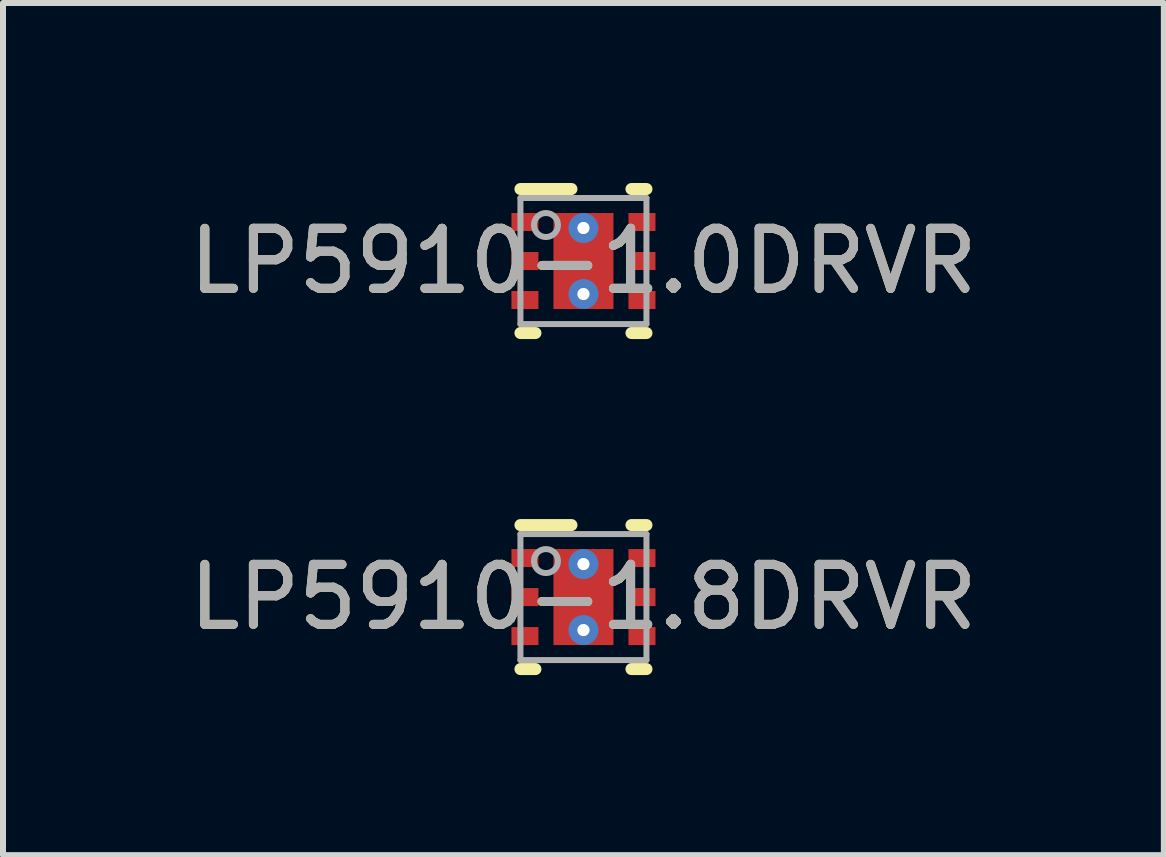
<source format=kicad_pcb>
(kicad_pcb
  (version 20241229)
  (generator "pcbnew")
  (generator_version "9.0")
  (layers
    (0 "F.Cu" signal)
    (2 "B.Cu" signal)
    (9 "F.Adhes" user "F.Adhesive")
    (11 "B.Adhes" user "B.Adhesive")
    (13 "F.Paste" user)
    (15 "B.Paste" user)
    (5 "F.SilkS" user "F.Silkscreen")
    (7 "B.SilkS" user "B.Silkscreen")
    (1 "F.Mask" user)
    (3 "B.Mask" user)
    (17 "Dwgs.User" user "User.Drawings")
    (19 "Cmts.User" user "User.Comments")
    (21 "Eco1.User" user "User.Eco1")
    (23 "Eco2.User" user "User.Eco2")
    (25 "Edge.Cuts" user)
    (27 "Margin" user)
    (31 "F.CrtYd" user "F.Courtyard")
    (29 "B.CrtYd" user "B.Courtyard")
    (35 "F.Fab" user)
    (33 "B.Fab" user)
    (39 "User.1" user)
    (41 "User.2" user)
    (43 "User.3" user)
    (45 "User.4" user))
  (footprint "LP5910-1.8DRVR"
    (layer "F.Cu")
    (at 6.673 6.9)
    (property "Reference" "LP5910-1.8DRVR" (at 0 0 0) (unlocked yes) (layer "F.SilkS") (effects (font (size 1 1) (thickness 0.15))))
    (attr smd)
    (fp_line (start -1.05 -1.2) (end -0.2 -1.2) (stroke (width 0.2) (type solid)) (layer "F.SilkS"))
    (fp_line (start -1.05 1.2) (end -0.8 1.2) (stroke (width 0.2) (type solid)) (layer "F.SilkS"))
    (fp_line (start 0.8 -1.2) (end 1.05 -1.2) (stroke (width 0.2) (type solid)) (layer "F.SilkS"))
    (fp_line (start 0.8 1.2) (end 1.05 1.2) (stroke (width 0.2) (type solid)) (layer "F.SilkS"))
    (fp_poly (pts (xy 0.475 0.733) (xy 0.475 -0.733) (xy -0.474 -0.733) (xy -0.474 0.733)) (stroke (width 0) (type solid)) (fill yes) (layer "F.Paste"))
    (fp_line (start -1.05 -1.05) (end 1.05 -1.05) (stroke (width 0.1) (type solid)) (layer "F.Fab"))
    (fp_line (start -1.05 1.05) (end -1.05 -1.05) (stroke (width 0.1) (type solid)) (layer "F.Fab"))
    (fp_line (start -1.05 1.05) (end 1.05 1.05) (stroke (width 0.1) (type solid)) (layer "F.Fab"))
    (fp_line (start 1.05 1.05) (end 1.05 -1.05) (stroke (width 0.1) (type solid)) (layer "F.Fab"))
    (fp_circle (center -0.625 -0.6) (end -0.425 -0.6) (stroke (width 0.1) (type solid)) (fill no) (layer "F.Fab"))
    (fp_text user "${REFERENCE}" (at 0 0 0) (unlocked yes) (layer "F.Fab") (effects (font (size 1 1) (thickness 0.15))))
    (pad "1" smd rect (at -0.975 -0.65 90) (size 0.3 0.45) (layers "F.Cu" "F.Mask" "F.Paste"))
    (pad "2" smd rect (at -0.975 0 90) (size 0.3 0.45) (layers "F.Cu" "F.Mask" "F.Paste"))
    (pad "3" smd rect (at -0.975 0.65 90) (size 0.3 0.45) (layers "F.Cu" "F.Mask" "F.Paste"))
    (pad "4" smd rect (at 0.975 0.65 90) (size 0.3 0.45) (layers "F.Cu" "F.Mask" "F.Paste"))
    (pad "5" smd rect (at 0.975 0 90) (size 0.3 0.45) (layers "F.Cu" "F.Mask" "F.Paste"))
    (pad "6" smd rect (at 0.975 -0.65 90) (size 0.3 0.45) (layers "F.Cu" "F.Mask" "F.Paste"))
    (pad "7" smd rect (at 0 0) (size 1 1.6) (layers "F.Cu" "F.Mask" "F.Paste"))
    (pad "V" thru_hole circle (at 0 -0.55) (size 0.5 0.5) (drill 0.203) (layers "*.Cu" "*.Mask"))
    (pad "V" thru_hole circle (at 0 0.55) (size 0.5 0.5) (drill 0.203) (layers "*.Cu" "*.Mask")))
  (footprint "LP5910-1.0DRVR"
    (layer "F.Cu")
    (at 6.673 1.3)
    (property "Reference" "LP5910-1.0DRVR" (at 0 0 0) (unlocked yes) (layer "F.SilkS") (effects (font (size 1 1) (thickness 0.15))))
    (attr smd)
    (fp_line (start -1.05 -1.2) (end -0.2 -1.2) (stroke (width 0.2) (type solid)) (layer "F.SilkS"))
    (fp_line (start -1.05 1.2) (end -0.8 1.2) (stroke (width 0.2) (type solid)) (layer "F.SilkS"))
    (fp_line (start 0.8 -1.2) (end 1.05 -1.2) (stroke (width 0.2) (type solid)) (layer "F.SilkS"))
    (fp_line (start 0.8 1.2) (end 1.05 1.2) (stroke (width 0.2) (type solid)) (layer "F.SilkS"))
    (fp_poly (pts (xy 0.475 0.733) (xy 0.475 -0.733) (xy -0.474 -0.733) (xy -0.474 0.733)) (stroke (width 0) (type solid)) (fill yes) (layer "F.Paste"))
    (fp_line (start -1.05 -1.05) (end 1.05 -1.05) (stroke (width 0.1) (type solid)) (layer "F.Fab"))
    (fp_line (start -1.05 1.05) (end -1.05 -1.05) (stroke (width 0.1) (type solid)) (layer "F.Fab"))
    (fp_line (start -1.05 1.05) (end 1.05 1.05) (stroke (width 0.1) (type solid)) (layer "F.Fab"))
    (fp_line (start 1.05 1.05) (end 1.05 -1.05) (stroke (width 0.1) (type solid)) (layer "F.Fab"))
    (fp_circle (center -0.625 -0.6) (end -0.425 -0.6) (stroke (width 0.1) (type solid)) (fill no) (layer "F.Fab"))
    (fp_text user "${REFERENCE}" (at 0 0 0) (unlocked yes) (layer "F.Fab") (effects (font (size 1 1) (thickness 0.15))))
    (pad "1" smd rect (at -0.975 -0.65 90) (size 0.3 0.45) (layers "F.Cu" "F.Mask" "F.Paste"))
    (pad "2" smd rect (at -0.975 0 90) (size 0.3 0.45) (layers "F.Cu" "F.Mask" "F.Paste"))
    (pad "3" smd rect (at -0.975 0.65 90) (size 0.3 0.45) (layers "F.Cu" "F.Mask" "F.Paste"))
    (pad "4" smd rect (at 0.975 0.65 90) (size 0.3 0.45) (layers "F.Cu" "F.Mask" "F.Paste"))
    (pad "5" smd rect (at 0.975 0 90) (size 0.3 0.45) (layers "F.Cu" "F.Mask" "F.Paste"))
    (pad "6" smd rect (at 0.975 -0.65 90) (size 0.3 0.45) (layers "F.Cu" "F.Mask" "F.Paste"))
    (pad "7" smd rect (at 0 0) (size 1 1.6) (layers "F.Cu" "F.Mask" "F.Paste"))
    (pad "V" thru_hole circle (at 0 -0.55) (size 0.5 0.5) (drill 0.203) (layers "*.Cu" "*.Mask"))
    (pad "V" thru_hole circle (at 0 0.55) (size 0.5 0.5) (drill 0.203) (layers "*.Cu" "*.Mask")))
  (gr_rect
    (start -3 -3)
    (end 16.345 11.2)
    (stroke (width 0.1) (type default))
    (fill no)
    (layer "Edge.Cuts")))
</source>
